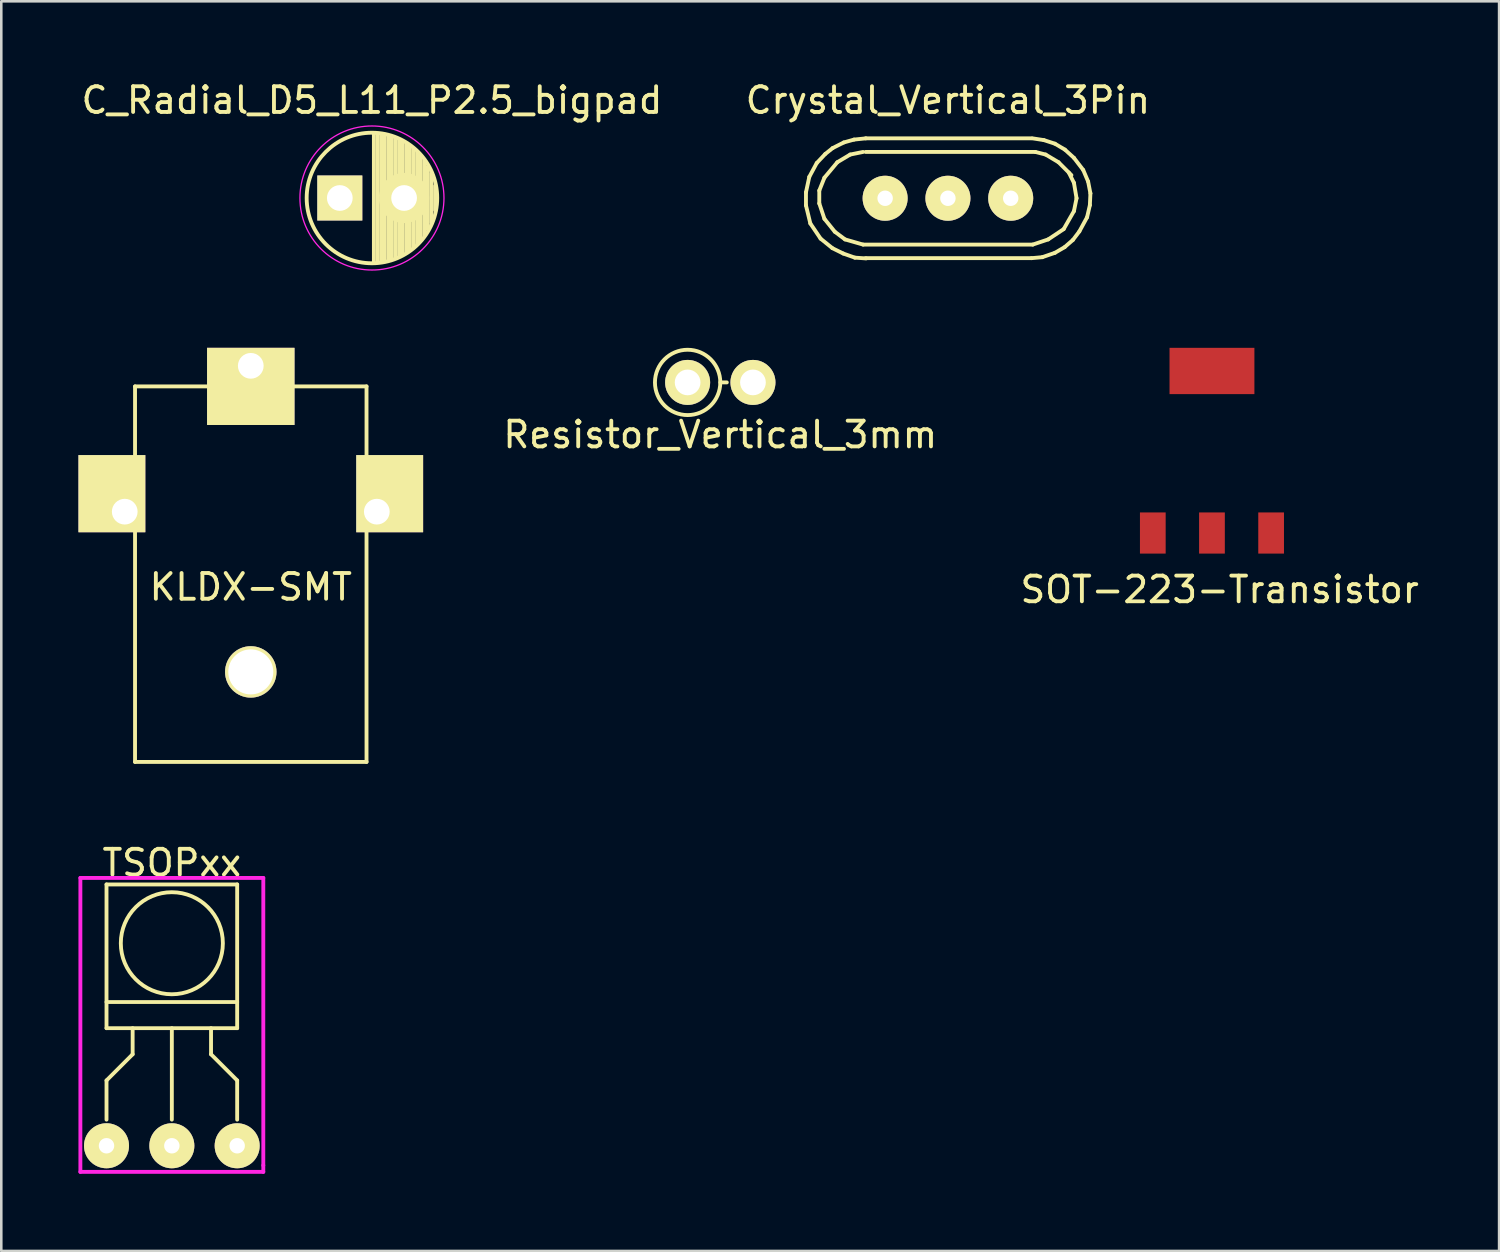
<source format=kicad_pcb>
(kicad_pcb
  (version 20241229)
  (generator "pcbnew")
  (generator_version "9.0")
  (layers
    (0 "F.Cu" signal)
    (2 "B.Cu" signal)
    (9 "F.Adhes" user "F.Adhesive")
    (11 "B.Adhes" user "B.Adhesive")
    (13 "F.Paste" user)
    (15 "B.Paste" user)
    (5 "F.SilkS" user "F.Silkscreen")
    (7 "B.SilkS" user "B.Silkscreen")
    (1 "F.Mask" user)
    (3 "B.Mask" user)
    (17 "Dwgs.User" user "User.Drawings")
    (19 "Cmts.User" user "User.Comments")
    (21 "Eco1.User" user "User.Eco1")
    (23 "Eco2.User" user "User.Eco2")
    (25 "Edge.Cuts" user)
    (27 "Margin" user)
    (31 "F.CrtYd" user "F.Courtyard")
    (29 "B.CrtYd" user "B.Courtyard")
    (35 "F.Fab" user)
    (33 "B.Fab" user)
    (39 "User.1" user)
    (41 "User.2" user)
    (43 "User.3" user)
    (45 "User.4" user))
  (footprint "C_Radial_D5_L11_P2.5_bigpad"
    (layer "F.Cu")
    (at 10.161 4.648)
    (property "Reference" "C_Radial_D5_L11_P2.5_bigpad" (at 1.25 -3.8 0) (layer "F.SilkS") (effects (font (size 1 1) (thickness 0.15))))
    (attr through_hole)
    (fp_line (start 1.325 -2.499) (end 1.325 2.499) (stroke (width 0.15) (type solid)) (layer "F.SilkS"))
    (fp_line (start 1.465 -2.491) (end 1.465 2.491) (stroke (width 0.15) (type solid)) (layer "F.SilkS"))
    (fp_line (start 1.605 -2.475) (end 1.605 -0.095) (stroke (width 0.15) (type solid)) (layer "F.SilkS"))
    (fp_line (start 1.605 0.095) (end 1.605 2.475) (stroke (width 0.15) (type solid)) (layer "F.SilkS"))
    (fp_line (start 1.745 -2.451) (end 1.745 -0.49) (stroke (width 0.15) (type solid)) (layer "F.SilkS"))
    (fp_line (start 1.745 0.49) (end 1.745 2.451) (stroke (width 0.15) (type solid)) (layer "F.SilkS"))
    (fp_line (start 1.885 -2.418) (end 1.885 -0.657) (stroke (width 0.15) (type solid)) (layer "F.SilkS"))
    (fp_line (start 1.885 0.657) (end 1.885 2.418) (stroke (width 0.15) (type solid)) (layer "F.SilkS"))
    (fp_line (start 2.025 -2.377) (end 2.025 -0.764) (stroke (width 0.15) (type solid)) (layer "F.SilkS"))
    (fp_line (start 2.025 0.764) (end 2.025 2.377) (stroke (width 0.15) (type solid)) (layer "F.SilkS"))
    (fp_line (start 2.165 -2.327) (end 2.165 -0.835) (stroke (width 0.15) (type solid)) (layer "F.SilkS"))
    (fp_line (start 2.165 0.835) (end 2.165 2.327) (stroke (width 0.15) (type solid)) (layer "F.SilkS"))
    (fp_line (start 2.305 -2.266) (end 2.305 -0.879) (stroke (width 0.15) (type solid)) (layer "F.SilkS"))
    (fp_line (start 2.305 0.879) (end 2.305 2.266) (stroke (width 0.15) (type solid)) (layer "F.SilkS"))
    (fp_line (start 2.445 -2.196) (end 2.445 -0.898) (stroke (width 0.15) (type solid)) (layer "F.SilkS"))
    (fp_line (start 2.445 0.898) (end 2.445 2.196) (stroke (width 0.15) (type solid)) (layer "F.SilkS"))
    (fp_line (start 2.585 -2.114) (end 2.585 -0.896) (stroke (width 0.15) (type solid)) (layer "F.SilkS"))
    (fp_line (start 2.585 0.896) (end 2.585 2.114) (stroke (width 0.15) (type solid)) (layer "F.SilkS"))
    (fp_line (start 2.725 -2.019) (end 2.725 -0.871) (stroke (width 0.15) (type solid)) (layer "F.SilkS"))
    (fp_line (start 2.725 0.871) (end 2.725 2.019) (stroke (width 0.15) (type solid)) (layer "F.SilkS"))
    (fp_line (start 2.865 -1.908) (end 2.865 -0.823) (stroke (width 0.15) (type solid)) (layer "F.SilkS"))
    (fp_line (start 2.865 0.823) (end 2.865 1.908) (stroke (width 0.15) (type solid)) (layer "F.SilkS"))
    (fp_line (start 3.005 -1.78) (end 3.005 -0.745) (stroke (width 0.15) (type solid)) (layer "F.SilkS"))
    (fp_line (start 3.005 0.745) (end 3.005 1.78) (stroke (width 0.15) (type solid)) (layer "F.SilkS"))
    (fp_line (start 3.145 -1.631) (end 3.145 -0.628) (stroke (width 0.15) (type solid)) (layer "F.SilkS"))
    (fp_line (start 3.145 0.628) (end 3.145 1.631) (stroke (width 0.15) (type solid)) (layer "F.SilkS"))
    (fp_line (start 3.285 -1.452) (end 3.285 -0.44) (stroke (width 0.15) (type solid)) (layer "F.SilkS"))
    (fp_line (start 3.285 0.44) (end 3.285 1.452) (stroke (width 0.15) (type solid)) (layer "F.SilkS"))
    (fp_line (start 3.425 -1.233) (end 3.425 1.233) (stroke (width 0.15) (type solid)) (layer "F.SilkS"))
    (fp_line (start 3.565 -0.944) (end 3.565 0.944) (stroke (width 0.15) (type solid)) (layer "F.SilkS"))
    (fp_line (start 3.705 -0.472) (end 3.705 0.472) (stroke (width 0.15) (type solid)) (layer "F.SilkS"))
    (fp_circle (center 1.25 0) (end 1.25 -2.538) (stroke (width 0.15) (type solid)) (fill no) (layer "F.SilkS"))
    (fp_circle (center 2.5 0) (end 2.5 -0.9) (stroke (width 0.15) (type solid)) (fill no) (layer "F.SilkS"))
    (fp_circle (center 1.25 0) (end 1.25 -2.8) (stroke (width 0.05) (type solid)) (fill no) (layer "F.CrtYd"))
    (pad "1" thru_hole rect (at 0 0) (size 1.75 1.75) (drill 1) (layers "*.Cu" "*.Mask" "F.SilkS"))
    (pad "2" thru_hole circle (at 2.5 0) (size 1.75 1.75) (drill 1) (layers "*.Cu" "*.Mask" "F.SilkS")))
  (footprint "Resistor_Vertical_3mm"
    (layer "F.Cu")
    (at 24.954 11.818)
    (property "Reference" "Resistor_Vertical_3mm" (at 0 2.032 0) (layer "F.SilkS") (effects (font (size 1 1) (thickness 0.15))))
    (attr through_hole)
    (fp_line (start 0 0) (end 0.254 0) (stroke (width 0.15) (type solid)) (layer "F.SilkS"))
    (fp_circle (center -1.27 0) (end -1.27 -1.27) (stroke (width 0.15) (type solid)) (fill no) (layer "F.SilkS"))
    (pad "1" thru_hole circle (at -1.27 0) (size 1.75 1.75) (drill 1) (layers "*.Cu" "*.Mask" "F.SilkS"))
    (pad "2" thru_hole circle (at 1.27 0) (size 1.75 1.75) (drill 1) (layers "*.Cu" "*.Mask" "F.SilkS")))
  (footprint "TSOPxx"
    (layer "F.Cu")
    (at 3.631 41.496)
    (property "Reference" "TSOPxx" (at 0 -11 180) (layer "F.SilkS") (effects (font (size 1 1) (thickness 0.15))))
    (attr through_hole)
    (fp_line (start -2.54 -10.16) (end -2.54 -4.572) (stroke (width 0.15) (type solid)) (layer "F.SilkS"))
    (fp_line (start -2.54 -10.16) (end 2.54 -10.16) (stroke (width 0.15) (type solid)) (layer "F.SilkS"))
    (fp_line (start -2.54 -5.588) (end 2.54 -5.588) (stroke (width 0.15) (type solid)) (layer "F.SilkS"))
    (fp_line (start -2.54 -4.572) (end 2.54 -4.572) (stroke (width 0.15) (type solid)) (layer "F.SilkS"))
    (fp_line (start -2.54 -2.54) (end -2.54 -1.016) (stroke (width 0.15) (type solid)) (layer "F.SilkS"))
    (fp_line (start -1.524 -4.572) (end -1.524 -3.556) (stroke (width 0.15) (type solid)) (layer "F.SilkS"))
    (fp_line (start -1.524 -3.556) (end -2.54 -2.54) (stroke (width 0.15) (type solid)) (layer "F.SilkS"))
    (fp_line (start 0 -4.572) (end 0 -1.016) (stroke (width 0.15) (type solid)) (layer "F.SilkS"))
    (fp_line (start 1.524 -4.572) (end 1.524 -3.556) (stroke (width 0.15) (type solid)) (layer "F.SilkS"))
    (fp_line (start 1.524 -3.556) (end 2.54 -2.54) (stroke (width 0.15) (type solid)) (layer "F.SilkS"))
    (fp_line (start 2.54 -4.572) (end 2.54 -10.16) (stroke (width 0.15) (type solid)) (layer "F.SilkS"))
    (fp_line (start 2.54 -2.54) (end 2.54 -1.016) (stroke (width 0.15) (type solid)) (layer "F.SilkS"))
    (fp_circle (center 0 -7.874) (end 1.27 -9.398) (stroke (width 0.15) (type solid)) (fill no) (layer "F.SilkS"))
    (fp_line (start -3.556 -10.414) (end -3.556 1.016) (stroke (width 0.15) (type solid)) (layer "F.CrtYd"))
    (fp_line (start -3.556 1.016) (end 3.556 1.016) (stroke (width 0.15) (type solid)) (layer "F.CrtYd"))
    (fp_line (start 3.556 -10.414) (end -3.556 -10.414) (stroke (width 0.15) (type solid)) (layer "F.CrtYd"))
    (fp_line (start 3.556 0.762) (end 3.556 -10.414) (stroke (width 0.15) (type solid)) (layer "F.CrtYd"))
    (fp_line (start 3.556 1.016) (end 3.556 0.762) (stroke (width 0.15) (type solid)) (layer "F.CrtYd"))
    (pad "1" thru_hole circle (at -2.54 0 270) (size 1.75 1.75) (drill 0.6) (layers "*.Cu" "*.Mask" "F.SilkS"))
    (pad "2" thru_hole circle (at 0 0 270) (size 1.75 1.75) (drill 0.6) (layers "*.Cu" "*.Mask" "F.SilkS"))
    (pad "3" thru_hole circle (at 2.54 0 270) (size 1.75 1.75) (drill 0.6) (layers "*.Cu" "*.Mask" "F.SilkS")))
  (footprint "KLDX-SMT"
    (layer "F.Cu")
    (at 6.7 19.273)
    (property "Reference" "KLDX-SMT" (at 0 0.5 0) (layer "F.SilkS") (effects (font (size 1 1) (thickness 0.15))))
    (attr through_hole)
    (fp_line (start -4.5 -7.3) (end -4.5 7.3) (stroke (width 0.15) (type solid)) (layer "F.SilkS"))
    (fp_line (start -4.5 7.3) (end 4.5 7.3) (stroke (width 0.15) (type solid)) (layer "F.SilkS"))
    (fp_line (start 4.5 -7.3) (end -4.5 -7.3) (stroke (width 0.15) (type solid)) (layer "F.SilkS"))
    (fp_line (start 4.5 7.3) (end 4.5 -7.3) (stroke (width 0.15) (type solid)) (layer "F.SilkS"))
    (fp_circle (center 0 3.8) (end 0.8 3.8) (stroke (width 0.15) (type solid)) (fill no) (layer "F.SilkS"))
    (pad "1" thru_hole rect (at 0 -8.1) (size 3.4 3) (drill 1 (offset 0 0.8)) (layers "*.Cu" "*.Mask" "F.SilkS"))
    (pad "2" thru_hole rect (at -4.9 -2.43) (size 2.6 3) (drill 1 (offset -0.5 -0.7)) (layers "*.Cu" "*.Mask" "F.SilkS"))
    (pad "3" thru_hole rect (at 4.9 -2.43) (size 2.6 3) (drill 1 (offset 0.5 -0.7)) (layers "*.Cu" "*.Mask" "F.SilkS"))
    (pad "4" thru_hole circle (at 0 3.8) (size 2 2) (drill 1.75) (layers "*.Cu" "*.Mask" "F.SilkS")))
  (footprint "SOT-223-Transistor"
    (layer "F.Cu")
    (at 44.07 14.573)
    (property "Reference" "SOT-223-Transistor" (at 0.3 5.3 0) (layer "F.SilkS") (effects (font (size 1 1) (thickness 0.15))))
    (attr through_hole)
    (pad "B" smd rect (at -2.3 3.1) (size 1 1.6) (layers "F.Cu" "F.Mask" "F.Paste"))
    (pad "C" smd rect (at 0 -3.2) (size 3.3 1.8) (layers "F.Cu" "F.Mask" "F.Paste"))
    (pad "C" smd rect (at 0 3.1) (size 1 1.6) (layers "F.Cu" "F.Mask" "F.Paste"))
    (pad "E" smd rect (at 2.3 3.1) (size 1 1.6) (layers "F.Cu" "F.Mask" "F.Paste")))
  (footprint "Crystal_Vertical_3Pin"
    (layer "F.Cu")
    (at 33.804 4.658)
    (property "Reference" "Crystal_Vertical_3Pin" (at 0 -3.81 0) (layer "F.SilkS") (effects (font (size 1 1) (thickness 0.15))))
    (attr through_hole)
    (fp_line (start -5.519 -0.231) (end -5.519 0.279) (stroke (width 0.15) (type solid)) (layer "F.SilkS"))
    (fp_line (start -5.519 0.279) (end -5.349 0.98) (stroke (width 0.15) (type solid)) (layer "F.SilkS"))
    (fp_line (start -5.39 -0.831) (end -5.519 -0.231) (stroke (width 0.15) (type solid)) (layer "F.SilkS"))
    (fp_line (start -5.349 0.98) (end -4.95 1.57) (stroke (width 0.15) (type solid)) (layer "F.SilkS"))
    (fp_line (start -5.1 -1.369) (end -5.39 -0.831) (stroke (width 0.15) (type solid)) (layer "F.SilkS"))
    (fp_line (start -5.001 -0.3) (end -4.801 -0.8) (stroke (width 0.15) (type solid)) (layer "F.SilkS"))
    (fp_line (start -5.001 0.201) (end -5.001 -0.3) (stroke (width 0.15) (type solid)) (layer "F.SilkS"))
    (fp_line (start -4.95 1.57) (end -4.491 1.941) (stroke (width 0.15) (type solid)) (layer "F.SilkS"))
    (fp_line (start -4.801 -0.8) (end -4.3 -1.4) (stroke (width 0.15) (type solid)) (layer "F.SilkS"))
    (fp_line (start -4.801 0.8) (end -5.001 0.201) (stroke (width 0.15) (type solid)) (layer "F.SilkS"))
    (fp_line (start -4.77 -1.72) (end -5.1 -1.369) (stroke (width 0.15) (type solid)) (layer "F.SilkS"))
    (fp_line (start -4.491 1.941) (end -4.069 2.149) (stroke (width 0.15) (type solid)) (layer "F.SilkS"))
    (fp_line (start -4.481 -1.951) (end -4.77 -1.72) (stroke (width 0.15) (type solid)) (layer "F.SilkS"))
    (fp_line (start -4.399 1.3) (end -4.801 0.8) (stroke (width 0.15) (type solid)) (layer "F.SilkS"))
    (fp_line (start -4.3 -1.4) (end -3.8 -1.699) (stroke (width 0.15) (type solid)) (layer "F.SilkS"))
    (fp_line (start -4.069 2.149) (end -3.619 2.309) (stroke (width 0.15) (type solid)) (layer "F.SilkS"))
    (fp_line (start -4.049 -2.169) (end -4.481 -1.951) (stroke (width 0.15) (type solid)) (layer "F.SilkS"))
    (fp_line (start -4 1.6) (end -4.399 1.3) (stroke (width 0.15) (type solid)) (layer "F.SilkS"))
    (fp_line (start -3.8 -1.699) (end -3.299 -1.801) (stroke (width 0.15) (type solid)) (layer "F.SilkS"))
    (fp_line (start -3.65 -2.281) (end -4.049 -2.169) (stroke (width 0.15) (type solid)) (layer "F.SilkS"))
    (fp_line (start -3.619 2.309) (end -3.18 2.339) (stroke (width 0.15) (type solid)) (layer "F.SilkS"))
    (fp_line (start -3.299 1.801) (end -4 1.6) (stroke (width 0.15) (type solid)) (layer "F.SilkS"))
    (fp_line (start -3.2 -2.329) (end 3.251 -2.329) (stroke (width 0.15) (type solid)) (layer "F.SilkS"))
    (fp_line (start -3.2 -1.801) (end 3.401 -1.801) (stroke (width 0.15) (type solid)) (layer "F.SilkS"))
    (fp_line (start -3.2 2.329) (end 3.251 2.329) (stroke (width 0.15) (type solid)) (layer "F.SilkS"))
    (fp_line (start -3.19 -2.329) (end -3.65 -2.281) (stroke (width 0.15) (type solid)) (layer "F.SilkS"))
    (fp_line (start 3.251 2.329) (end 3.67 2.291) (stroke (width 0.15) (type solid)) (layer "F.SilkS"))
    (fp_line (start 3.299 1.801) (end -3.299 1.801) (stroke (width 0.15) (type solid)) (layer "F.SilkS"))
    (fp_line (start 3.401 -1.801) (end 3.8 -1.699) (stroke (width 0.15) (type solid)) (layer "F.SilkS"))
    (fp_line (start 3.67 2.291) (end 4.161 2.121) (stroke (width 0.15) (type solid)) (layer "F.SilkS"))
    (fp_line (start 3.731 -2.261) (end 3.289 -2.329) (stroke (width 0.15) (type solid)) (layer "F.SilkS"))
    (fp_line (start 3.8 -1.699) (end 4.3 -1.4) (stroke (width 0.15) (type solid)) (layer "F.SilkS"))
    (fp_line (start 3.899 1.6) (end 3.299 1.801) (stroke (width 0.15) (type solid)) (layer "F.SilkS"))
    (fp_line (start 4.161 -2.121) (end 3.731 -2.261) (stroke (width 0.15) (type solid)) (layer "F.SilkS"))
    (fp_line (start 4.161 2.121) (end 4.539 1.9) (stroke (width 0.15) (type solid)) (layer "F.SilkS"))
    (fp_line (start 4.3 -1.4) (end 4.801 -0.899) (stroke (width 0.15) (type solid)) (layer "F.SilkS"))
    (fp_line (start 4.501 1.199) (end 3.899 1.6) (stroke (width 0.15) (type solid)) (layer "F.SilkS"))
    (fp_line (start 4.539 1.9) (end 4.859 1.621) (stroke (width 0.15) (type solid)) (layer "F.SilkS"))
    (fp_line (start 4.549 -1.89) (end 4.161 -2.121) (stroke (width 0.15) (type solid)) (layer "F.SilkS"))
    (fp_line (start 4.699 -1.001) (end 4.9 -0.599) (stroke (width 0.15) (type solid)) (layer "F.SilkS"))
    (fp_line (start 4.859 1.621) (end 5.11 1.29) (stroke (width 0.15) (type solid)) (layer "F.SilkS"))
    (fp_line (start 4.9 -1.57) (end 4.549 -1.89) (stroke (width 0.15) (type solid)) (layer "F.SilkS"))
    (fp_line (start 4.9 -0.599) (end 5.001 0) (stroke (width 0.15) (type solid)) (layer "F.SilkS"))
    (fp_line (start 4.9 0.5) (end 4.501 1.199) (stroke (width 0.15) (type solid)) (layer "F.SilkS"))
    (fp_line (start 5.001 0) (end 4.9 0.5) (stroke (width 0.15) (type solid)) (layer "F.SilkS"))
    (fp_line (start 5.11 1.29) (end 5.41 0.739) (stroke (width 0.15) (type solid)) (layer "F.SilkS"))
    (fp_line (start 5.26 -1.1) (end 4.9 -1.57) (stroke (width 0.15) (type solid)) (layer "F.SilkS"))
    (fp_line (start 5.41 0.739) (end 5.519 0.269) (stroke (width 0.15) (type solid)) (layer "F.SilkS"))
    (fp_line (start 5.451 -0.65) (end 5.26 -1.1) (stroke (width 0.15) (type solid)) (layer "F.SilkS"))
    (fp_line (start 5.519 0.269) (end 5.54 -0.191) (stroke (width 0.15) (type solid)) (layer "F.SilkS"))
    (fp_line (start 5.54 -0.191) (end 5.451 -0.65) (stroke (width 0.15) (type solid)) (layer "F.SilkS"))
    (pad "1" thru_hole circle (at -2.441 0) (size 1.75 1.75) (drill 0.6) (layers "*.Cu" "*.Mask" "F.SilkS"))
    (pad "2" thru_hole circle (at 0 0) (size 1.75 1.75) (drill 0.6) (layers "*.Cu" "*.Mask" "F.SilkS"))
    (pad "3" thru_hole circle (at 2.441 0) (size 1.75 1.75) (drill 0.6) (layers "*.Cu" "*.Mask" "F.SilkS")))
  (gr_rect
    (start -3 -3)
    (end 55.233 45.587)
    (stroke (width 0.1) (type default))
    (fill no)
    (layer "Edge.Cuts")))
</source>
